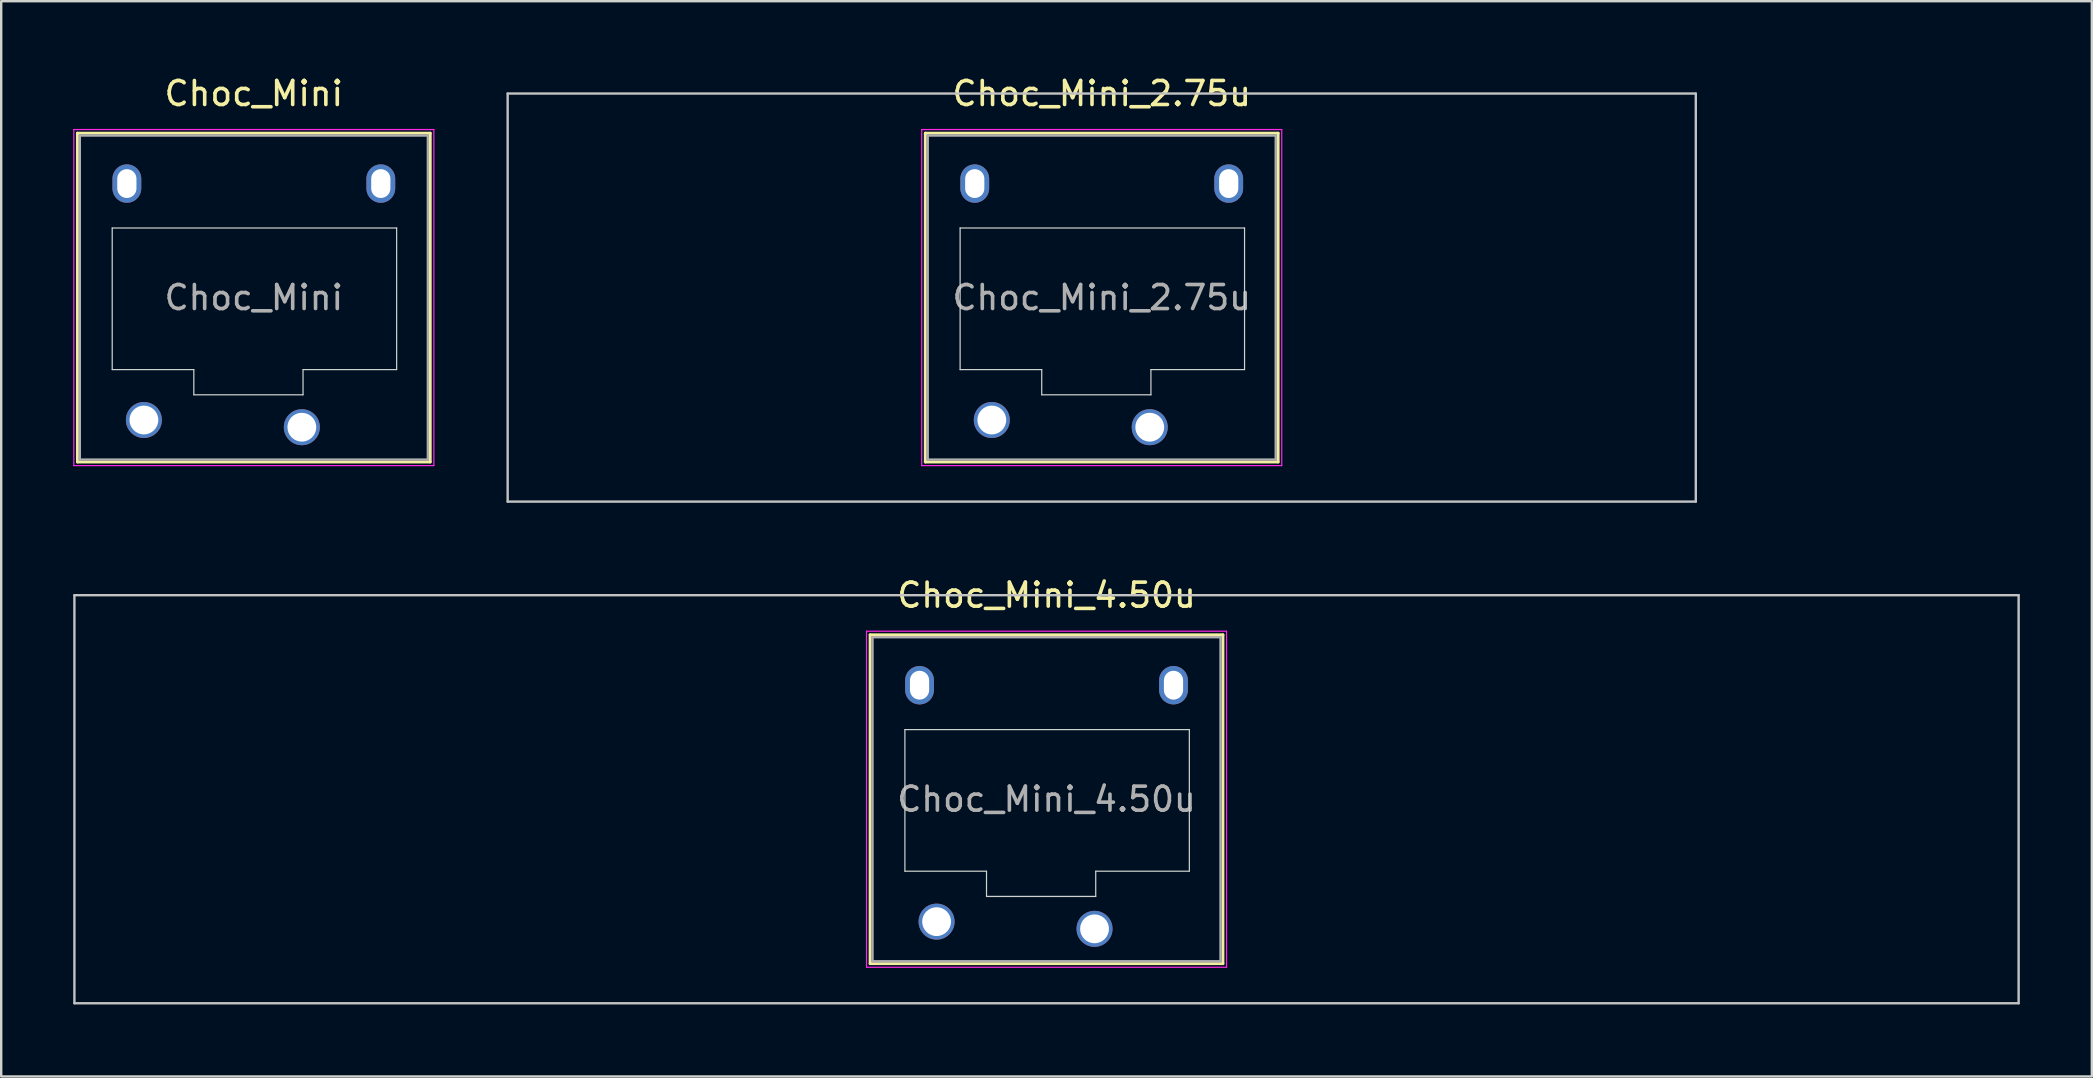
<source format=kicad_pcb>
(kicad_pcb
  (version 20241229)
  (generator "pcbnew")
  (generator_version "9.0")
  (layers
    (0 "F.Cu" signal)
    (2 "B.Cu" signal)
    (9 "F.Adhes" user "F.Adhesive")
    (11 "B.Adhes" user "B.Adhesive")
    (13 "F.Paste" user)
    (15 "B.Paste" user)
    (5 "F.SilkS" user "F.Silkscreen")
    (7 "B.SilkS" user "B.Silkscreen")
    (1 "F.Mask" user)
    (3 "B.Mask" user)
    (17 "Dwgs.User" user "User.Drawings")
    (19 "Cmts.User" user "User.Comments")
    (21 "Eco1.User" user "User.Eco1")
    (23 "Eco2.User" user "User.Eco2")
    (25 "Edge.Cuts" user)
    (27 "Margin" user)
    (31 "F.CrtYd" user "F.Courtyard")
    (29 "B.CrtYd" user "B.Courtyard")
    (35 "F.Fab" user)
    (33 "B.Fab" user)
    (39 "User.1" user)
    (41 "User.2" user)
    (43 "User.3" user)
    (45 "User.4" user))
  (footprint "Choc_Mini_4.50u"
    (layer "F.Cu")
    (at 40.55 30.247)
    (property "Reference" "Choc_Mini_4.50u" (at 0 -8.5 0) (layer "F.SilkS") (effects (font (size 1 1) (thickness 0.15))))
    (attr through_hole)
    (fp_line (start -7.35 -6.85) (end -7.35 6.85) (stroke (width 0.12) (type solid)) (layer "F.SilkS"))
    (fp_line (start -7.35 6.85) (end 7.35 6.85) (stroke (width 0.12) (type solid)) (layer "F.SilkS"))
    (fp_line (start 7.35 -6.85) (end -7.35 -6.85) (stroke (width 0.12) (type solid)) (layer "F.SilkS"))
    (fp_line (start 7.35 6.85) (end 7.35 -6.85) (stroke (width 0.12) (type solid)) (layer "F.SilkS"))
    (fp_line (start -40.5 -8.5) (end -40.5 8.5) (stroke (width 0.1) (type solid)) (layer "Dwgs.User"))
    (fp_line (start -40.5 8.5) (end 40.5 8.5) (stroke (width 0.1) (type solid)) (layer "Dwgs.User"))
    (fp_line (start 40.5 -8.5) (end -40.5 -8.5) (stroke (width 0.1) (type solid)) (layer "Dwgs.User"))
    (fp_line (start 40.5 8.5) (end 40.5 -8.5) (stroke (width 0.1) (type solid)) (layer "Dwgs.User"))
    (fp_line (start -6.85 -6.35) (end -6.85 6.35) (stroke (width 0.1) (type solid)) (layer "Eco1.User"))
    (fp_line (start -6.85 6.35) (end 6.85 6.35) (stroke (width 0.1) (type solid)) (layer "Eco1.User"))
    (fp_line (start 6.85 -6.35) (end -6.85 -6.35) (stroke (width 0.1) (type solid)) (layer "Eco1.User"))
    (fp_line (start 6.85 6.35) (end 6.85 -6.35) (stroke (width 0.1) (type solid)) (layer "Eco1.User"))
    (fp_line (start -5.9 -2.9) (end -5.9 3) (stroke (width 0.05) (type solid)) (layer "Edge.Cuts"))
    (fp_line (start -5.9 3) (end -2.5 3) (stroke (width 0.05) (type solid)) (layer "Edge.Cuts"))
    (fp_line (start -2.5 3) (end -2.5 4.05) (stroke (width 0.05) (type solid)) (layer "Edge.Cuts"))
    (fp_line (start -2.5 4.05) (end 2.05 4.05) (stroke (width 0.05) (type solid)) (layer "Edge.Cuts"))
    (fp_line (start 2.05 3) (end 5.95 3) (stroke (width 0.05) (type solid)) (layer "Edge.Cuts"))
    (fp_line (start 2.05 4.05) (end 2.05 3) (stroke (width 0.05) (type solid)) (layer "Edge.Cuts"))
    (fp_line (start 5.95 -2.9) (end -5.9 -2.9) (stroke (width 0.05) (type solid)) (layer "Edge.Cuts"))
    (fp_line (start 5.95 3) (end 5.95 -2.9) (stroke (width 0.05) (type solid)) (layer "Edge.Cuts"))
    (fp_line (start -7.5 -7) (end -7.5 7) (stroke (width 0.05) (type solid)) (layer "F.CrtYd"))
    (fp_line (start -7.5 7) (end 7.5 7) (stroke (width 0.05) (type solid)) (layer "F.CrtYd"))
    (fp_line (start 7.5 -7) (end -7.5 -7) (stroke (width 0.05) (type solid)) (layer "F.CrtYd"))
    (fp_line (start 7.5 7) (end 7.5 -7) (stroke (width 0.05) (type solid)) (layer "F.CrtYd"))
    (fp_line (start -7.25 -6.75) (end -7.25 6.75) (stroke (width 0.1) (type solid)) (layer "F.Fab"))
    (fp_line (start -7.25 6.75) (end 7.25 6.75) (stroke (width 0.1) (type solid)) (layer "F.Fab"))
    (fp_line (start 7.25 -6.75) (end -7.25 -6.75) (stroke (width 0.1) (type solid)) (layer "F.Fab"))
    (fp_line (start 7.25 6.75) (end 7.25 -6.75) (stroke (width 0.1) (type solid)) (layer "F.Fab"))
    (fp_text user "${REFERENCE}" (at 0 0 0) (layer "F.Fab") (effects (font (size 1 1) (thickness 0.15))))
    (pad "" np_thru_hole oval (at -5.29 -4.75) (size 1.2 1.6) (drill oval 0.8 1.2) (layers "*.Cu" "*.Mask"))
    (pad "" np_thru_hole oval (at 5.29 -4.75) (size 1.2 1.6) (drill oval 0.8 1.2) (layers "*.Cu" "*.Mask"))
    (pad "1" thru_hole circle (at 2 5.4) (size 1.5 1.5) (drill 1.2) (layers "*.Cu" "*.Mask"))
    (pad "2" thru_hole circle (at -4.58 5.1) (size 1.5 1.5) (drill 1.2) (layers "*.Cu" "*.Mask")))
  (footprint "Choc_Mini"
    (layer "F.Cu")
    (at 7.525 9.348)
    (property "Reference" "Choc_Mini" (at 0 -8.5 0) (layer "F.SilkS") (effects (font (size 1 1) (thickness 0.15))))
    (attr through_hole)
    (fp_line (start -7.35 -6.85) (end -7.35 6.85) (stroke (width 0.12) (type solid)) (layer "F.SilkS"))
    (fp_line (start -7.35 6.85) (end 7.35 6.85) (stroke (width 0.12) (type solid)) (layer "F.SilkS"))
    (fp_line (start 7.35 -6.85) (end -7.35 -6.85) (stroke (width 0.12) (type solid)) (layer "F.SilkS"))
    (fp_line (start 7.35 6.85) (end 7.35 -6.85) (stroke (width 0.12) (type solid)) (layer "F.SilkS"))
    (fp_line (start -6.85 -6.35) (end -6.85 6.35) (stroke (width 0.1) (type solid)) (layer "Eco1.User"))
    (fp_line (start -6.85 6.35) (end 6.85 6.35) (stroke (width 0.1) (type solid)) (layer "Eco1.User"))
    (fp_line (start 6.85 -6.35) (end -6.85 -6.35) (stroke (width 0.1) (type solid)) (layer "Eco1.User"))
    (fp_line (start 6.85 6.35) (end 6.85 -6.35) (stroke (width 0.1) (type solid)) (layer "Eco1.User"))
    (fp_line (start -5.9 -2.9) (end -5.9 3) (stroke (width 0.05) (type solid)) (layer "Edge.Cuts"))
    (fp_line (start -5.9 3) (end -2.5 3) (stroke (width 0.05) (type solid)) (layer "Edge.Cuts"))
    (fp_line (start -2.5 3) (end -2.5 4.05) (stroke (width 0.05) (type solid)) (layer "Edge.Cuts"))
    (fp_line (start -2.5 4.05) (end 2.05 4.05) (stroke (width 0.05) (type solid)) (layer "Edge.Cuts"))
    (fp_line (start 2.05 3) (end 5.95 3) (stroke (width 0.05) (type solid)) (layer "Edge.Cuts"))
    (fp_line (start 2.05 4.05) (end 2.05 3) (stroke (width 0.05) (type solid)) (layer "Edge.Cuts"))
    (fp_line (start 5.95 -2.9) (end -5.9 -2.9) (stroke (width 0.05) (type solid)) (layer "Edge.Cuts"))
    (fp_line (start 5.95 3) (end 5.95 -2.9) (stroke (width 0.05) (type solid)) (layer "Edge.Cuts"))
    (fp_line (start -7.5 -7) (end -7.5 7) (stroke (width 0.05) (type solid)) (layer "F.CrtYd"))
    (fp_line (start -7.5 7) (end 7.5 7) (stroke (width 0.05) (type solid)) (layer "F.CrtYd"))
    (fp_line (start 7.5 -7) (end -7.5 -7) (stroke (width 0.05) (type solid)) (layer "F.CrtYd"))
    (fp_line (start 7.5 7) (end 7.5 -7) (stroke (width 0.05) (type solid)) (layer "F.CrtYd"))
    (fp_line (start -7.25 -6.75) (end -7.25 6.75) (stroke (width 0.1) (type solid)) (layer "F.Fab"))
    (fp_line (start -7.25 6.75) (end 7.25 6.75) (stroke (width 0.1) (type solid)) (layer "F.Fab"))
    (fp_line (start 7.25 -6.75) (end -7.25 -6.75) (stroke (width 0.1) (type solid)) (layer "F.Fab"))
    (fp_line (start 7.25 6.75) (end 7.25 -6.75) (stroke (width 0.1) (type solid)) (layer "F.Fab"))
    (fp_text user "${REFERENCE}" (at 0 0 0) (layer "F.Fab") (effects (font (size 1 1) (thickness 0.15))))
    (pad "" np_thru_hole oval (at -5.29 -4.75) (size 1.2 1.6) (drill oval 0.8 1.2) (layers "*.Cu" "*.Mask"))
    (pad "" np_thru_hole oval (at 5.29 -4.75) (size 1.2 1.6) (drill oval 0.8 1.2) (layers "*.Cu" "*.Mask"))
    (pad "1" thru_hole circle (at 2 5.4) (size 1.5 1.5) (drill 1.2) (layers "*.Cu" "*.Mask"))
    (pad "2" thru_hole circle (at -4.58 5.1) (size 1.5 1.5) (drill 1.2) (layers "*.Cu" "*.Mask")))
  (footprint "Choc_Mini_2.75u"
    (layer "F.Cu")
    (at 42.85 9.348)
    (property "Reference" "Choc_Mini_2.75u" (at 0 -8.5 0) (layer "F.SilkS") (effects (font (size 1 1) (thickness 0.15))))
    (attr through_hole)
    (fp_line (start -7.35 -6.85) (end -7.35 6.85) (stroke (width 0.12) (type solid)) (layer "F.SilkS"))
    (fp_line (start -7.35 6.85) (end 7.35 6.85) (stroke (width 0.12) (type solid)) (layer "F.SilkS"))
    (fp_line (start 7.35 -6.85) (end -7.35 -6.85) (stroke (width 0.12) (type solid)) (layer "F.SilkS"))
    (fp_line (start 7.35 6.85) (end 7.35 -6.85) (stroke (width 0.12) (type solid)) (layer "F.SilkS"))
    (fp_line (start -24.75 -8.5) (end -24.75 8.5) (stroke (width 0.1) (type solid)) (layer "Dwgs.User"))
    (fp_line (start -24.75 8.5) (end 24.75 8.5) (stroke (width 0.1) (type solid)) (layer "Dwgs.User"))
    (fp_line (start 24.75 -8.5) (end -24.75 -8.5) (stroke (width 0.1) (type solid)) (layer "Dwgs.User"))
    (fp_line (start 24.75 8.5) (end 24.75 -8.5) (stroke (width 0.1) (type solid)) (layer "Dwgs.User"))
    (fp_line (start -6.85 -6.35) (end -6.85 6.35) (stroke (width 0.1) (type solid)) (layer "Eco1.User"))
    (fp_line (start -6.85 6.35) (end 6.85 6.35) (stroke (width 0.1) (type solid)) (layer "Eco1.User"))
    (fp_line (start 6.85 -6.35) (end -6.85 -6.35) (stroke (width 0.1) (type solid)) (layer "Eco1.User"))
    (fp_line (start 6.85 6.35) (end 6.85 -6.35) (stroke (width 0.1) (type solid)) (layer "Eco1.User"))
    (fp_line (start -5.9 -2.9) (end -5.9 3) (stroke (width 0.05) (type solid)) (layer "Edge.Cuts"))
    (fp_line (start -5.9 3) (end -2.5 3) (stroke (width 0.05) (type solid)) (layer "Edge.Cuts"))
    (fp_line (start -2.5 3) (end -2.5 4.05) (stroke (width 0.05) (type solid)) (layer "Edge.Cuts"))
    (fp_line (start -2.5 4.05) (end 2.05 4.05) (stroke (width 0.05) (type solid)) (layer "Edge.Cuts"))
    (fp_line (start 2.05 3) (end 5.95 3) (stroke (width 0.05) (type solid)) (layer "Edge.Cuts"))
    (fp_line (start 2.05 4.05) (end 2.05 3) (stroke (width 0.05) (type solid)) (layer "Edge.Cuts"))
    (fp_line (start 5.95 -2.9) (end -5.9 -2.9) (stroke (width 0.05) (type solid)) (layer "Edge.Cuts"))
    (fp_line (start 5.95 3) (end 5.95 -2.9) (stroke (width 0.05) (type solid)) (layer "Edge.Cuts"))
    (fp_line (start -7.5 -7) (end -7.5 7) (stroke (width 0.05) (type solid)) (layer "F.CrtYd"))
    (fp_line (start -7.5 7) (end 7.5 7) (stroke (width 0.05) (type solid)) (layer "F.CrtYd"))
    (fp_line (start 7.5 -7) (end -7.5 -7) (stroke (width 0.05) (type solid)) (layer "F.CrtYd"))
    (fp_line (start 7.5 7) (end 7.5 -7) (stroke (width 0.05) (type solid)) (layer "F.CrtYd"))
    (fp_line (start -7.25 -6.75) (end -7.25 6.75) (stroke (width 0.1) (type solid)) (layer "F.Fab"))
    (fp_line (start -7.25 6.75) (end 7.25 6.75) (stroke (width 0.1) (type solid)) (layer "F.Fab"))
    (fp_line (start 7.25 -6.75) (end -7.25 -6.75) (stroke (width 0.1) (type solid)) (layer "F.Fab"))
    (fp_line (start 7.25 6.75) (end 7.25 -6.75) (stroke (width 0.1) (type solid)) (layer "F.Fab"))
    (fp_text user "${REFERENCE}" (at 0 0 0) (layer "F.Fab") (effects (font (size 1 1) (thickness 0.15))))
    (pad "" np_thru_hole oval (at -5.29 -4.75) (size 1.2 1.6) (drill oval 0.8 1.2) (layers "*.Cu" "*.Mask"))
    (pad "" np_thru_hole oval (at 5.29 -4.75) (size 1.2 1.6) (drill oval 0.8 1.2) (layers "*.Cu" "*.Mask"))
    (pad "1" thru_hole circle (at 2 5.4) (size 1.5 1.5) (drill 1.2) (layers "*.Cu" "*.Mask"))
    (pad "2" thru_hole circle (at -4.58 5.1) (size 1.5 1.5) (drill 1.2) (layers "*.Cu" "*.Mask")))
  (gr_rect
    (start -3 -3)
    (end 84.1 41.797)
    (stroke (width 0.1) (type default))
    (fill no)
    (layer "Edge.Cuts")))
</source>
